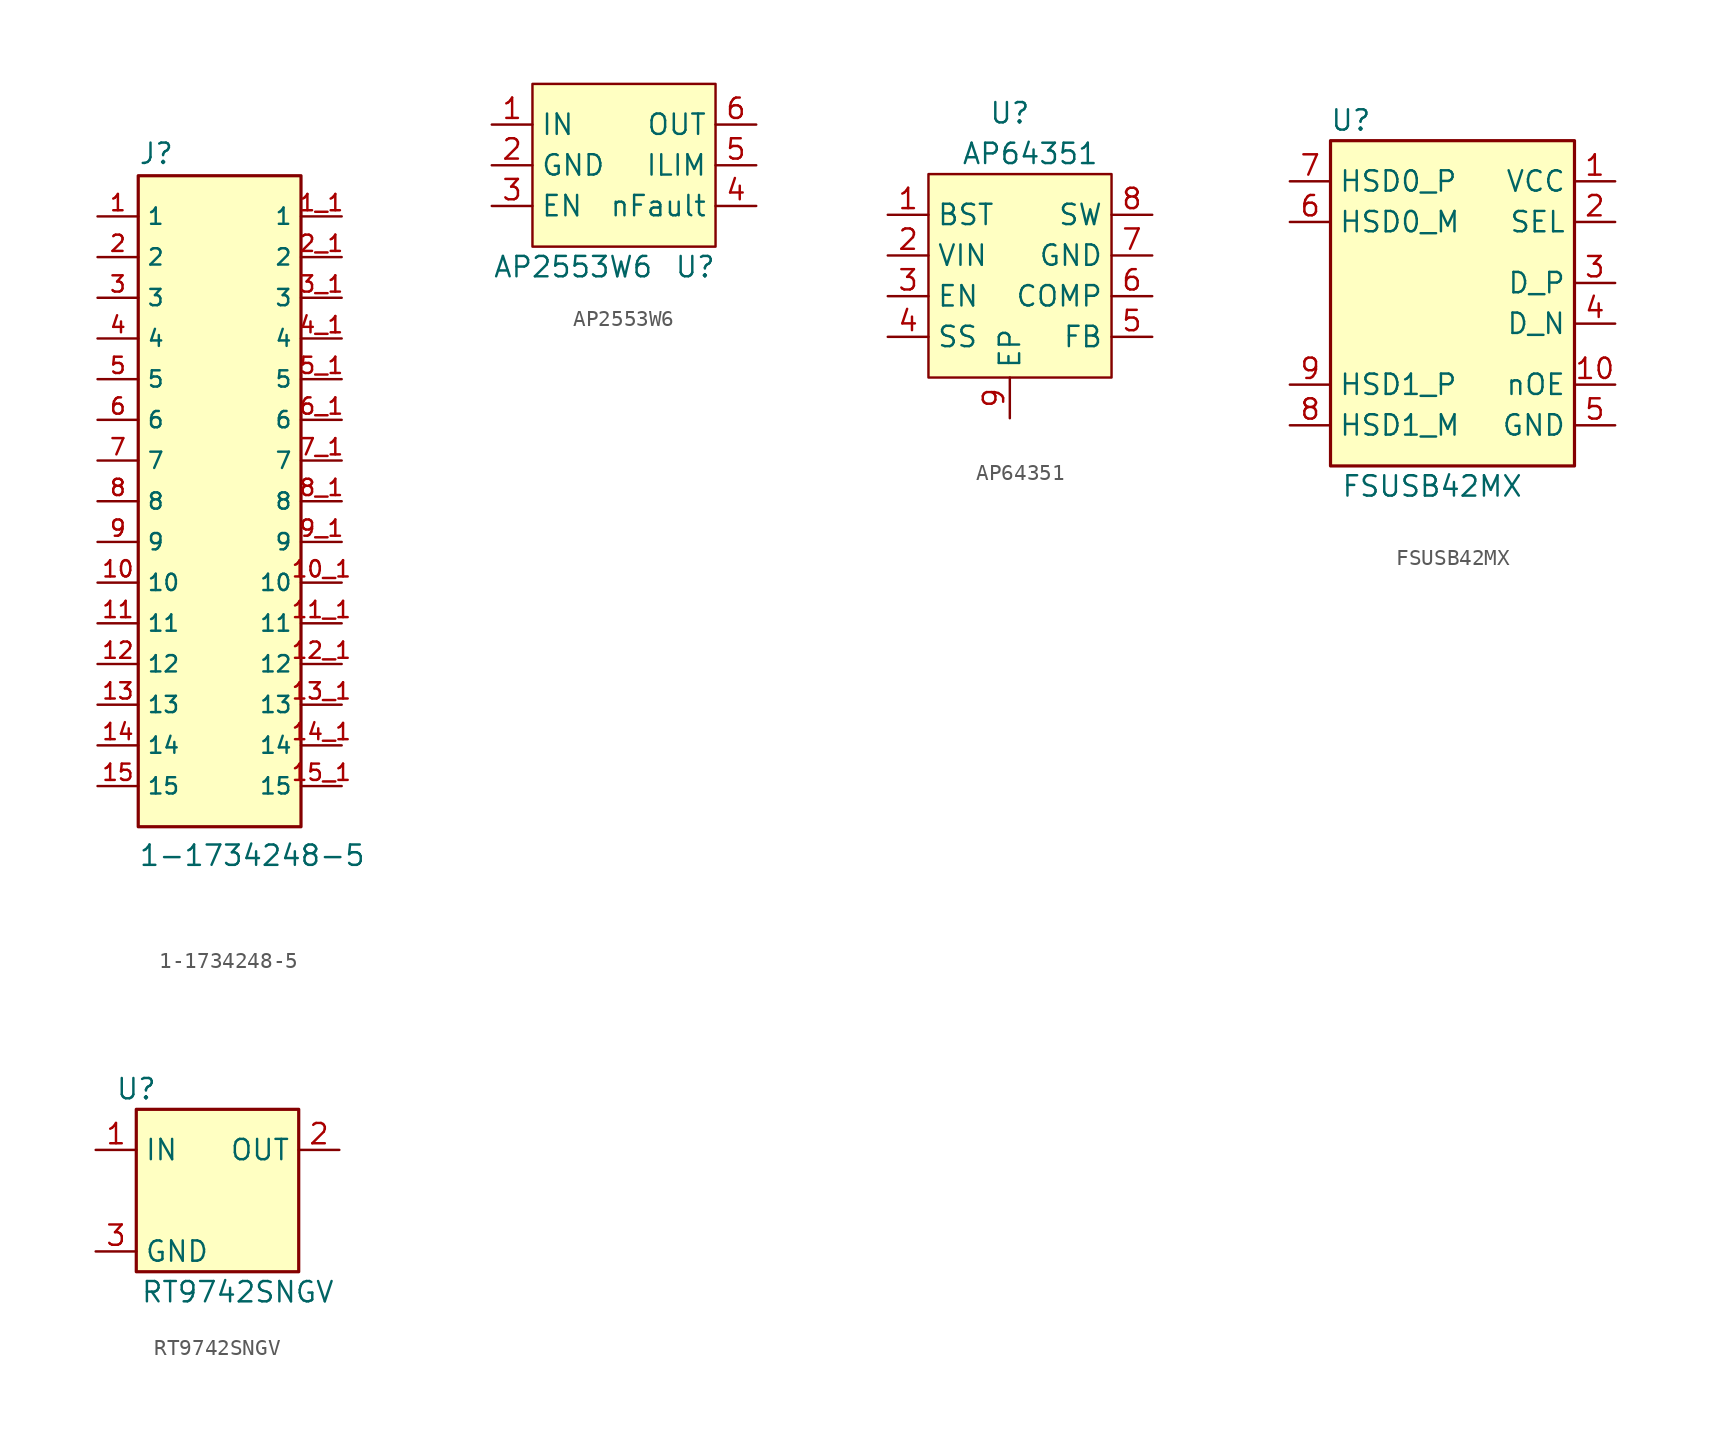
<source format=kicad_sym>
(kicad_symbol_lib
  (version 20210619)
  (generator kicad_symbol_editor)
  (symbol "CM4IO:1-1734248-5"
    (property "Reference" "J"
      (at -5.08 20.955 0)
      (effects (font (size 1.27 1.27)) (justify left bottom)))
    (property "Value" "1-1734248-5"
      (at -5.08 -22.86 0)
      (effects (font (size 1.27 1.27)) (justify left bottom)))
    (property "ki_locked" ""
      (at 0 0 0)
      (effects (font (size 1.27 1.27))))
    (symbol "1-1734248-5_0_0"
      (rectangle (start -5.08 20.32) (end 5.08 -20.32) (stroke (width 0.2)) (fill (type background)))
      (pin passive line (at -7.62 17.78 0) (length 2.54) (name "1" (effects (font (size 1.016 1.016)))) (number "1" (effects (font (size 1.016 1.016)))))
      (pin passive line (at -7.62 -5.08 0) (length 2.54) (name "10" (effects (font (size 1.016 1.016)))) (number "10" (effects (font (size 1.016 1.016)))))
      (pin passive line (at 7.62 -5.08 180) (length 2.54) (name "10" (effects (font (size 1.016 1.016)))) (number "10_1" (effects (font (size 1.016 1.016)))))
      (pin passive line (at -7.62 -7.62 0) (length 2.54) (name "11" (effects (font (size 1.016 1.016)))) (number "11" (effects (font (size 1.016 1.016)))))
      (pin passive line (at 7.62 -7.62 180) (length 2.54) (name "11" (effects (font (size 1.016 1.016)))) (number "11_1" (effects (font (size 1.016 1.016)))))
      (pin passive line (at -7.62 -10.16 0) (length 2.54) (name "12" (effects (font (size 1.016 1.016)))) (number "12" (effects (font (size 1.016 1.016)))))
      (pin passive line (at 7.62 -10.16 180) (length 2.54) (name "12" (effects (font (size 1.016 1.016)))) (number "12_1" (effects (font (size 1.016 1.016)))))
      (pin passive line (at -7.62 -12.7 0) (length 2.54) (name "13" (effects (font (size 1.016 1.016)))) (number "13" (effects (font (size 1.016 1.016)))))
      (pin passive line (at 7.62 -12.7 180) (length 2.54) (name "13" (effects (font (size 1.016 1.016)))) (number "13_1" (effects (font (size 1.016 1.016)))))
      (pin passive line (at -7.62 -15.24 0) (length 2.54) (name "14" (effects (font (size 1.016 1.016)))) (number "14" (effects (font (size 1.016 1.016)))))
      (pin passive line (at 7.62 -15.24 180) (length 2.54) (name "14" (effects (font (size 1.016 1.016)))) (number "14_1" (effects (font (size 1.016 1.016)))))
      (pin passive line (at -7.62 -17.78 0) (length 2.54) (name "15" (effects (font (size 1.016 1.016)))) (number "15" (effects (font (size 1.016 1.016)))))
      (pin passive line (at 7.62 -17.78 180) (length 2.54) (name "15" (effects (font (size 1.016 1.016)))) (number "15_1" (effects (font (size 1.016 1.016)))))
      (pin passive line (at 7.62 17.78 180) (length 2.54) (name "1" (effects (font (size 1.016 1.016)))) (number "1_1" (effects (font (size 1.016 1.016)))))
      (pin passive line (at -7.62 15.24 0) (length 2.54) (name "2" (effects (font (size 1.016 1.016)))) (number "2" (effects (font (size 1.016 1.016)))))
      (pin passive line (at 7.62 15.24 180) (length 2.54) (name "2" (effects (font (size 1.016 1.016)))) (number "2_1" (effects (font (size 1.016 1.016)))))
      (pin passive line (at -7.62 12.7 0) (length 2.54) (name "3" (effects (font (size 1.016 1.016)))) (number "3" (effects (font (size 1.016 1.016)))))
      (pin passive line (at 7.62 12.7 180) (length 2.54) (name "3" (effects (font (size 1.016 1.016)))) (number "3_1" (effects (font (size 1.016 1.016)))))
      (pin passive line (at -7.62 10.16 0) (length 2.54) (name "4" (effects (font (size 1.016 1.016)))) (number "4" (effects (font (size 1.016 1.016)))))
      (pin passive line (at 7.62 10.16 180) (length 2.54) (name "4" (effects (font (size 1.016 1.016)))) (number "4_1" (effects (font (size 1.016 1.016)))))
      (pin passive line (at -7.62 7.62 0) (length 2.54) (name "5" (effects (font (size 1.016 1.016)))) (number "5" (effects (font (size 1.016 1.016)))))
      (pin passive line (at 7.62 7.62 180) (length 2.54) (name "5" (effects (font (size 1.016 1.016)))) (number "5_1" (effects (font (size 1.016 1.016)))))
      (pin passive line (at -7.62 5.08 0) (length 2.54) (name "6" (effects (font (size 1.016 1.016)))) (number "6" (effects (font (size 1.016 1.016)))))
      (pin passive line (at 7.62 5.08 180) (length 2.54) (name "6" (effects (font (size 1.016 1.016)))) (number "6_1" (effects (font (size 1.016 1.016)))))
      (pin passive line (at -7.62 2.54 0) (length 2.54) (name "7" (effects (font (size 1.016 1.016)))) (number "7" (effects (font (size 1.016 1.016)))))
      (pin passive line (at 7.62 2.54 180) (length 2.54) (name "7" (effects (font (size 1.016 1.016)))) (number "7_1" (effects (font (size 1.016 1.016)))))
      (pin passive line (at -7.62 0 0) (length 2.54) (name "8" (effects (font (size 1.016 1.016)))) (number "8" (effects (font (size 1.016 1.016)))))
      (pin passive line (at 7.62 0 180) (length 2.54) (name "8" (effects (font (size 1.016 1.016)))) (number "8_1" (effects (font (size 1.016 1.016)))))
      (pin passive line (at -7.62 -2.54 0) (length 2.54) (name "9" (effects (font (size 1.016 1.016)))) (number "9" (effects (font (size 1.016 1.016)))))
      (pin passive line (at 7.62 -2.54 180) (length 2.54) (name "9" (effects (font (size 1.016 1.016)))) (number "9_1" (effects (font (size 1.016 1.016)))))))
  (symbol "CM4IO:AP2553W6"
    (property "Reference" "U"
      (at 3.81 -6.35 0)
      (effects (font (size 1.27 1.27))))
    (property "Value" "AP2553W6"
      (at -3.81 -6.35 0)
      (effects (font (size 1.27 1.27))))
    (symbol "AP2553W6_0_0"
      (pin power_in line (at -8.89 2.54 0) (length 2.54) (name "IN" (effects (font (size 1.27 1.27)))) (number "1" (effects (font (size 1.27 1.27)))))
      (pin power_out line (at -8.89 0 0) (length 2.54) (name "GND" (effects (font (size 1.27 1.27)))) (number "2" (effects (font (size 1.27 1.27)))))
      (pin input line (at -8.89 -2.54 0) (length 2.54) (name "EN" (effects (font (size 1.27 1.27)))) (number "3" (effects (font (size 1.27 1.27)))))
      (pin open_collector line (at 7.62 -2.54 180) (length 2.54) (name "nFault" (effects (font (size 1.27 1.27)))) (number "4" (effects (font (size 1.27 1.27)))))
      (pin passive line (at 7.62 0 180) (length 2.54) (name "ILIM" (effects (font (size 1.27 1.27)))) (number "5" (effects (font (size 1.27 1.27)))))
      (pin power_out line (at 7.62 2.54 180) (length 2.54) (name "OUT" (effects (font (size 1.27 1.27)))) (number "6" (effects (font (size 1.27 1.27))))))
    (symbol "AP2553W6_0_1"
      (rectangle (start -6.35 5.08) (end 5.08 -5.08) (stroke (width 0)) (fill (type background)))))
  (symbol "CM4IO:AP64351"
    (property "Reference" "U"
      (at 0 8.89 0)
      (effects (font (size 1.27 1.27))))
    (property "Value" "AP64351"
      (at 1.27 6.35 0)
      (effects (font (size 1.27 1.27))))
    (symbol "AP64351_0_1"
      (rectangle (start -5.08 5.08) (end 6.35 -7.62) (stroke (width 0)) (fill (type background))))
    (symbol "AP64351_1_1"
      (pin passive line (at -7.62 2.54 0) (length 2.54) (name "BST" (effects (font (size 1.27 1.27)))) (number "1" (effects (font (size 1.27 1.27)))))
      (pin power_in line (at -7.62 0 0) (length 2.54) (name "VIN" (effects (font (size 1.27 1.27)))) (number "2" (effects (font (size 1.27 1.27)))))
      (pin input line (at -7.62 -2.54 0) (length 2.54) (name "EN" (effects (font (size 1.27 1.27)))) (number "3" (effects (font (size 1.27 1.27)))))
      (pin input line (at -7.62 -5.08 0) (length 2.54) (name "SS" (effects (font (size 1.27 1.27)))) (number "4" (effects (font (size 1.27 1.27)))))
      (pin input line (at 8.89 -5.08 180) (length 2.54) (name "FB" (effects (font (size 1.27 1.27)))) (number "5" (effects (font (size 1.27 1.27)))))
      (pin input line (at 8.89 -2.54 180) (length 2.54) (name "COMP" (effects (font (size 1.27 1.27)))) (number "6" (effects (font (size 1.27 1.27)))))
      (pin power_in line (at 8.89 0 180) (length 2.54) (name "GND" (effects (font (size 1.27 1.27)))) (number "7" (effects (font (size 1.27 1.27)))))
      (pin output line (at 8.89 2.54 180) (length 2.54) (name "SW" (effects (font (size 1.27 1.27)))) (number "8" (effects (font (size 1.27 1.27)))))
      (pin passive line (at 0 -10.16 90) (length 2.54) (name "EP" (effects (font (size 1.27 1.27)))) (number "9" (effects (font (size 1.27 1.27)))))))
  (symbol "CM4IO:FSUSB42MX"
    (property "Reference" "U"
      (at -7.62 20.32 0)
      (effects (font (size 1.27 1.27))))
    (property "Value" "FSUSB42MX"
      (at -2.54 -2.54 0)
      (effects (font (size 1.27 1.27))))
    (symbol "FSUSB42MX_0_0"
      (pin power_in line (at 8.89 16.51 180) (length 2.54) (name "VCC" (effects (font (size 1.27 1.27)))) (number "1" (effects (font (size 1.27 1.27)))))
      (pin input line (at 8.89 3.81 180) (length 2.54) (name "nOE" (effects (font (size 1.27 1.27)))) (number "10" (effects (font (size 1.27 1.27)))))
      (pin input line (at 8.89 13.97 180) (length 2.54) (name "SEL" (effects (font (size 1.27 1.27)))) (number "2" (effects (font (size 1.27 1.27)))))
      (pin bidirectional line (at 8.89 10.16 180) (length 2.54) (name "D_P" (effects (font (size 1.27 1.27)))) (number "3" (effects (font (size 1.27 1.27)))))
      (pin bidirectional line (at 8.89 7.62 180) (length 2.54) (name "D_N" (effects (font (size 1.27 1.27)))) (number "4" (effects (font (size 1.27 1.27)))))
      (pin power_in line (at 8.89 1.27 180) (length 2.54) (name "GND" (effects (font (size 1.27 1.27)))) (number "5" (effects (font (size 1.27 1.27)))))
      (pin bidirectional line (at -11.43 13.97 0) (length 2.54) (name "HSD0_M" (effects (font (size 1.27 1.27)))) (number "6" (effects (font (size 1.27 1.27)))))
      (pin bidirectional line (at -11.43 16.51 0) (length 2.54) (name "HSD0_P" (effects (font (size 1.27 1.27)))) (number "7" (effects (font (size 1.27 1.27)))))
      (pin bidirectional line (at -11.43 1.27 0) (length 2.54) (name "HSD1_M" (effects (font (size 1.27 1.27)))) (number "8" (effects (font (size 1.27 1.27)))))
      (pin bidirectional line (at -11.43 3.81 0) (length 2.54) (name "HSD1_P" (effects (font (size 1.27 1.27)))) (number "9" (effects (font (size 1.27 1.27))))))
    (symbol "FSUSB42MX_0_1"
      (rectangle (start -8.89 19.05) (end 6.35 -1.27) (stroke (width 0.2)) (fill (type background)))))
  (symbol "CM4IO:RT9742SNGV"
    (property "Reference" "U"
      (at -2.54 7.62 0)
      (effects (font (size 1.27 1.27))))
    (property "Value" "RT9742SNGV"
      (at 3.81 -5.08 0)
      (effects (font (size 1.27 1.27))))
    (symbol "RT9742SNGV_0_1"
      (rectangle (start -2.54 6.35) (end 7.62 -3.81) (stroke (width 0.2)) (fill (type background))))
    (symbol "RT9742SNGV_1_1"
      (pin power_in line (at -5.08 3.81 0) (length 2.54) (name "IN" (effects (font (size 1.27 1.27)))) (number "1" (effects (font (size 1.27 1.27)))))
      (pin power_in line (at 10.16 3.81 180) (length 2.54) (name "OUT" (effects (font (size 1.27 1.27)))) (number "2" (effects (font (size 1.27 1.27)))))
      (pin power_in line (at -5.08 -2.54 0) (length 2.54) (name "GND" (effects (font (size 1.27 1.27)))) (number "3" (effects (font (size 1.27 1.27))))))))
</source>
